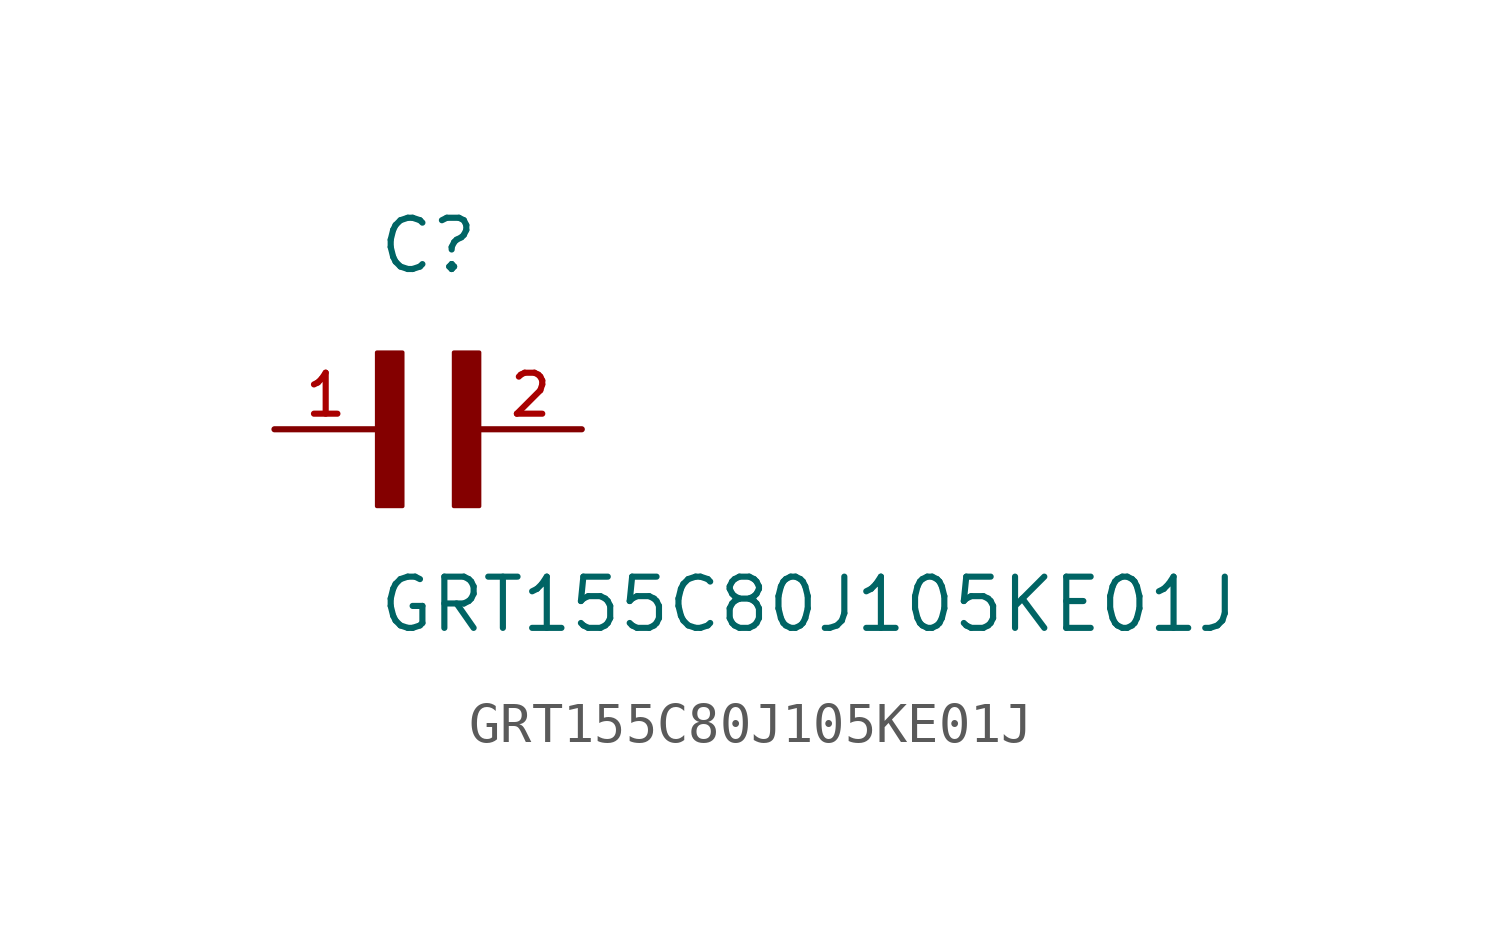
<source format=kicad_sym>
(kicad_symbol_lib
  (version 20211014)
  (generator kicad_symbol_editor)
  (symbol "GRT155C80J105KE01J"
    (pin_names
      (offset 1.016))
    (property "Reference" "C"
      (at 0.0 3.811 0)
      (effects (font (size 1.27 1.27)) (justify bottom left)))
    (property "Value" "GRT155C80J105KE01J"
      (at 0.0 -5.088 0)
      (effects (font (size 1.27 1.27)) (justify bottom left)))
    (symbol "GRT155C80J105KE01J_0_0"
      (rectangle (start 0.0 -1.907) (end 0.635 1.905) (stroke (width 0.1)) (fill (type outline)))
      (rectangle (start 1.907 -1.907) (end 2.54 1.905) (stroke (width 0.1)) (fill (type outline)))
      (pin passive line (at 5.08 0.0 180.0) (length 2.54) (name "~" (effects (font (size 1.016 1.016)))) (number "2" (effects (font (size 1.016 1.016)))))
      (pin passive line (at -2.54 0.0 0) (length 2.54) (name "~" (effects (font (size 1.016 1.016)))) (number "1" (effects (font (size 1.016 1.016))))))))
</source>
